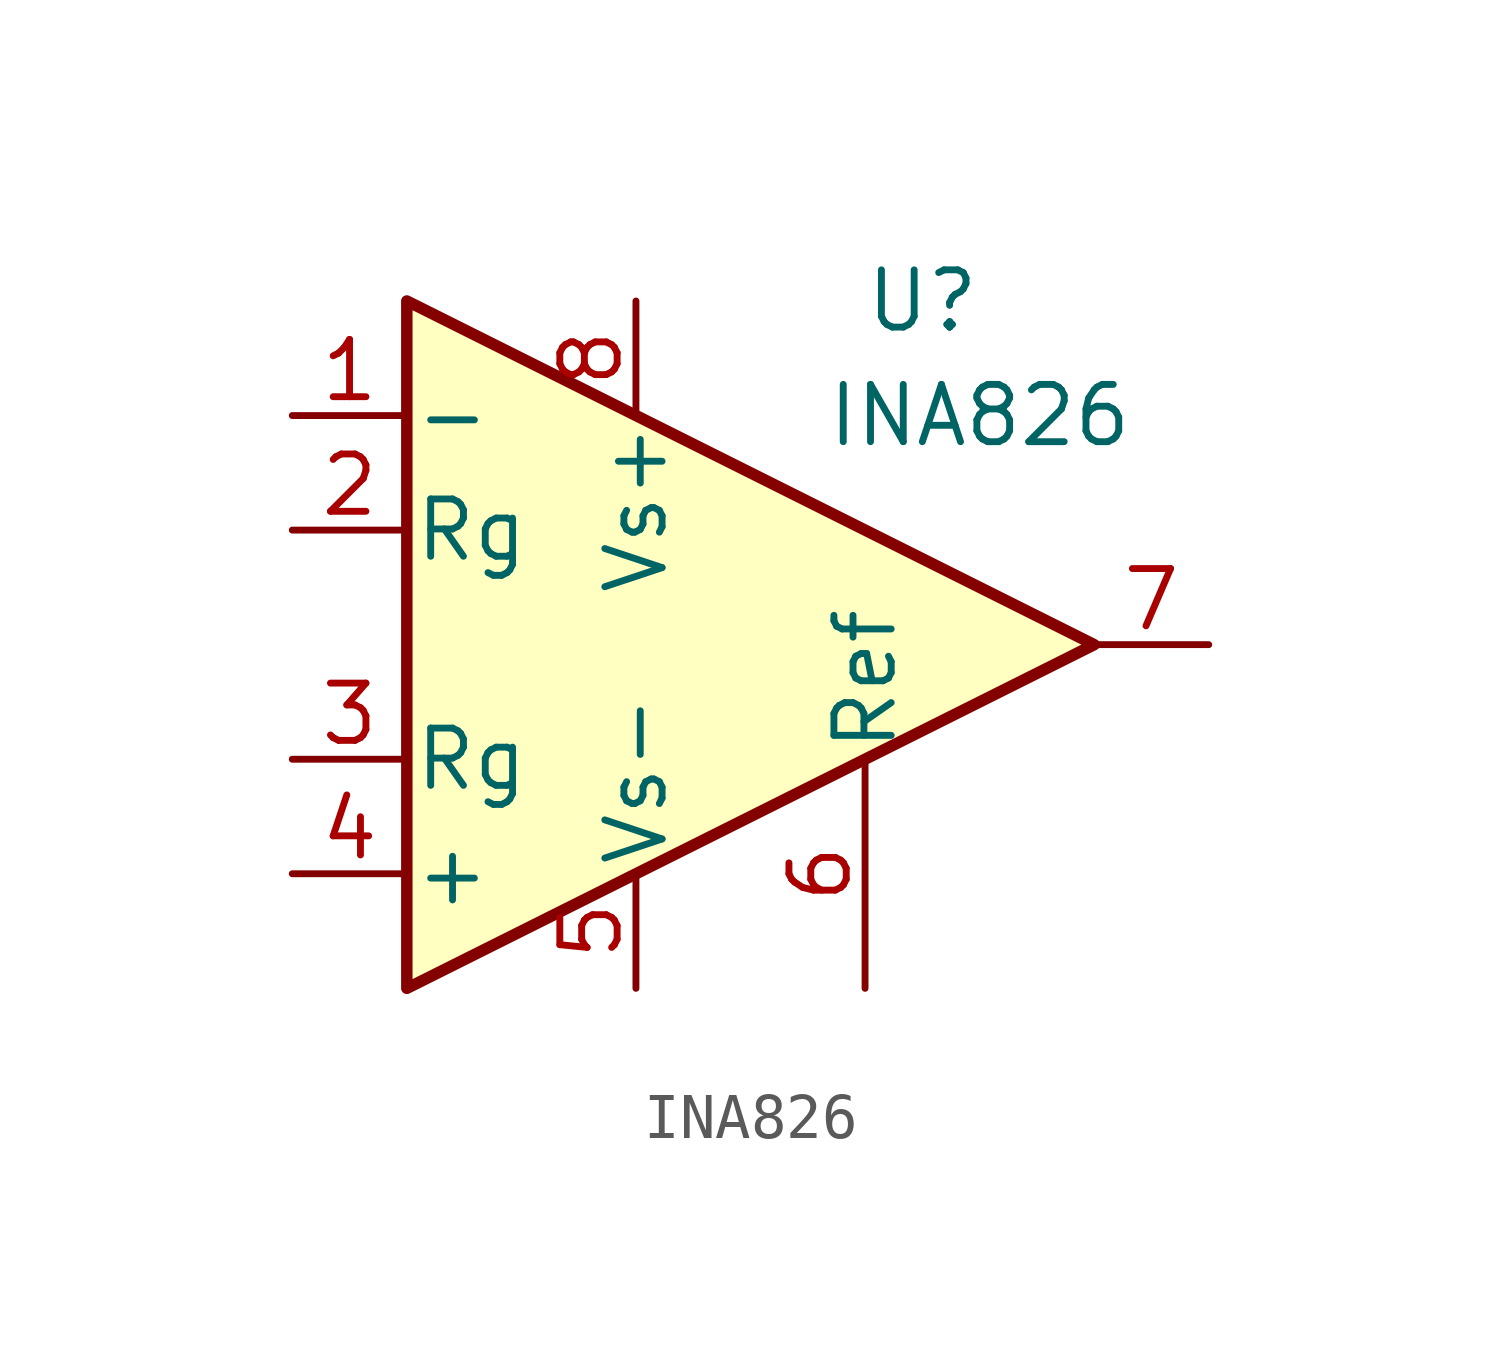
<source format=kicad_sym>
(kicad_symbol_lib
  (version 20211014)
  (generator kicad_symbol_editor)
  (symbol "INA826"
    (pin_names
      (offset 0.127))
    (property "Reference" "U"
      (at 3.81 7.62 0)
      (effects (font (size 1.27 1.27))))
    (property "Value" "INA826"
      (at 5.08 5.08 0)
      (effects (font (size 1.27 1.27))))
    (symbol "INA826_0_1"
      (polyline (pts (xy -7.62 7.62) (xy -7.62 -7.62) (xy 7.62 0) (xy -7.62 7.62)) (stroke (width 0.254) (type default) (color 0 0 0 0)) (fill (type background))))
    (symbol "INA826_1_1"
      (pin input line (at -10.16 5.08 0) (length 2.54) (name "-" (effects (font (size 1.27 1.27)))) (number "1" (effects (font (size 1.27 1.27)))))
      (pin passive line (at -10.16 2.54 0) (length 2.54) (name "Rg" (effects (font (size 1.27 1.27)))) (number "2" (effects (font (size 1.27 1.27)))))
      (pin passive line (at -10.16 -2.54 0) (length 2.54) (name "Rg" (effects (font (size 1.27 1.27)))) (number "3" (effects (font (size 1.27 1.27)))))
      (pin input line (at -10.16 -5.08 0) (length 2.54) (name "+" (effects (font (size 1.27 1.27)))) (number "4" (effects (font (size 1.27 1.27)))))
      (pin power_in line (at -2.54 -7.62 90) (length 2.54) (name "Vs-" (effects (font (size 1.27 1.27)))) (number "5" (effects (font (size 1.27 1.27)))))
      (pin passive line (at 2.54 -7.62 90) (length 5.08) (name "Ref" (effects (font (size 1.27 1.27)))) (number "6" (effects (font (size 1.27 1.27)))))
      (pin output line (at 10.16 0 180) (length 2.54) (name "~" (effects (font (size 1.27 1.27)))) (number "7" (effects (font (size 1.27 1.27)))))
      (pin power_in line (at -2.54 7.62 270) (length 2.54) (name "Vs+" (effects (font (size 1.27 1.27)))) (number "8" (effects (font (size 1.27 1.27))))))))
</source>
